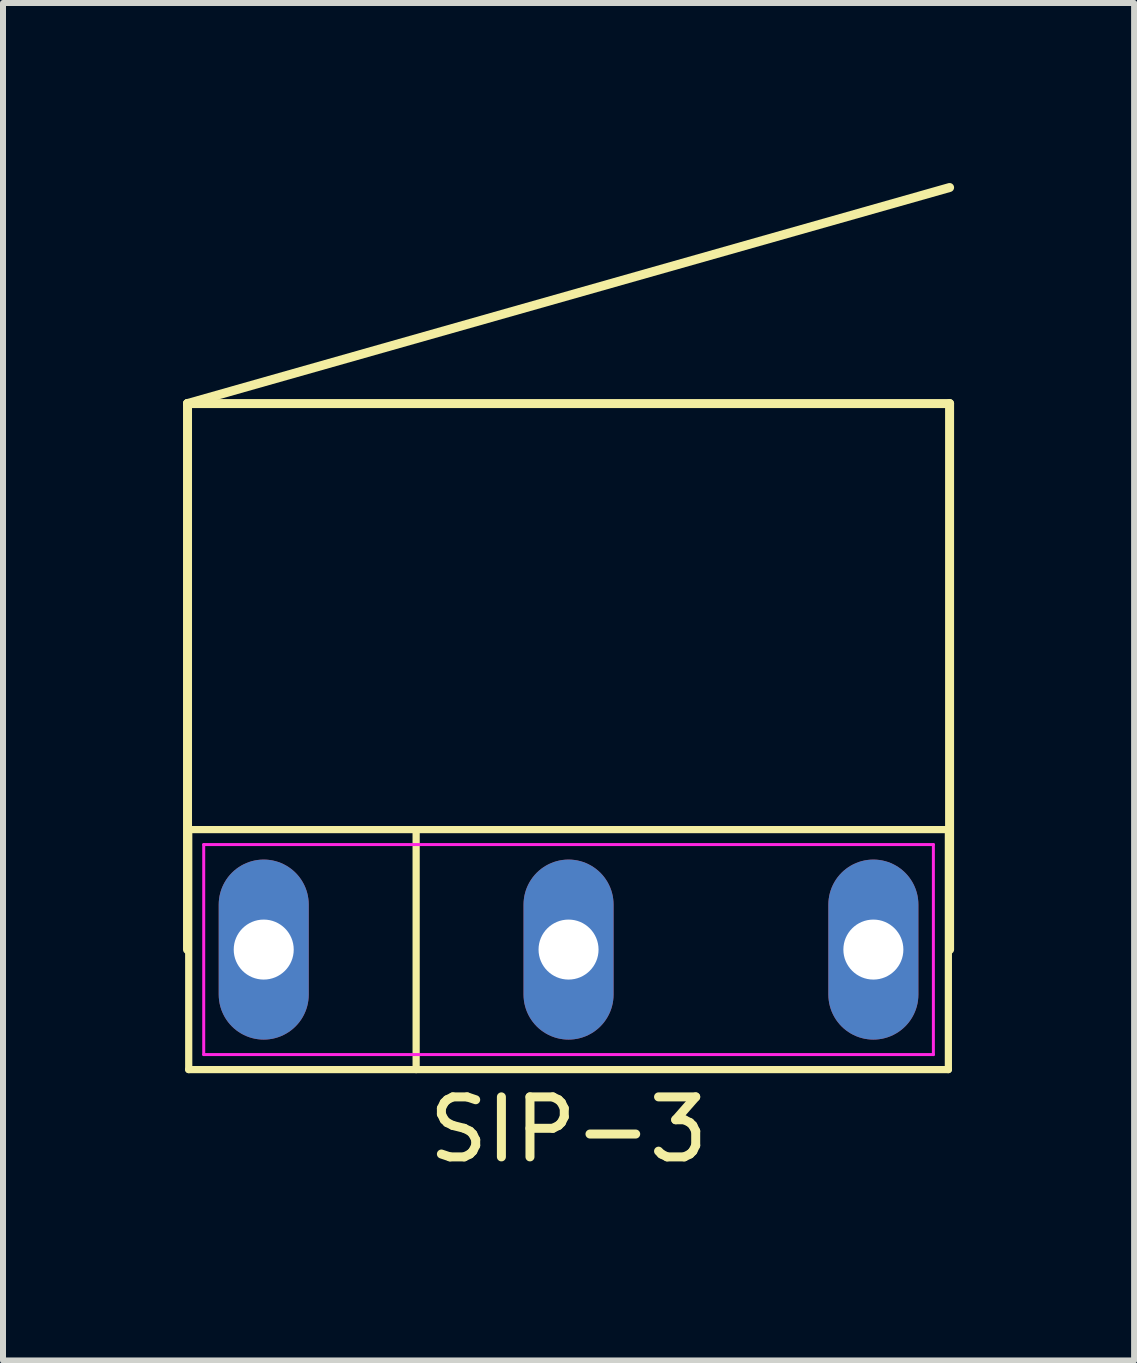
<source format=kicad_pcb>
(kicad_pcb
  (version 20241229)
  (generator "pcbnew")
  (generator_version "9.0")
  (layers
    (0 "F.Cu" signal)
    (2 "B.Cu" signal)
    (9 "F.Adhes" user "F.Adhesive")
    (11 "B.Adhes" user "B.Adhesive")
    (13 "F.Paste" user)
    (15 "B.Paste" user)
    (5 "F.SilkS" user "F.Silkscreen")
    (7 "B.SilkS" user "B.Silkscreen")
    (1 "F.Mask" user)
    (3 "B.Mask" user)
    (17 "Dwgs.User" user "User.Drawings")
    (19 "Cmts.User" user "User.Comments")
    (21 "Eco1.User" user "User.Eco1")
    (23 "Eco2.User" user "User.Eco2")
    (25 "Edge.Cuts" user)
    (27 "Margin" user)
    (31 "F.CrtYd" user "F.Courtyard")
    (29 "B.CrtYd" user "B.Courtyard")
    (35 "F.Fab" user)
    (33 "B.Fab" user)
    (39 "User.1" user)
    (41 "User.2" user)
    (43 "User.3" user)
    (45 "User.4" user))
  (footprint "SIP-3"
    (layer "F.Cu")
    (at 6.425 12.775)
    (property "Reference" "SIP-3" (at 0 3 0) (layer "F.SilkS") (effects (font (size 1 1) (thickness 0.15))))
    (attr through_hole)
    (fp_line (start -6.35 -9.1) (end 6.35 -12.7) (stroke (width 0.15) (type solid)) (layer "F.SilkS"))
    (fp_line (start -6.35 0) (end -6.35 -9.1) (stroke (width 0.15) (type solid)) (layer "F.SilkS"))
    (fp_line (start -6.33 -2) (end 6.33 -2) (stroke (width 0.12) (type solid)) (layer "F.SilkS"))
    (fp_line (start -6.33 2) (end -6.33 -2) (stroke (width 0.12) (type solid)) (layer "F.SilkS"))
    (fp_line (start -2.54 -2) (end -2.54 2) (stroke (width 0.12) (type solid)) (layer "F.SilkS"))
    (fp_line (start 6.33 -2) (end 6.33 2) (stroke (width 0.12) (type solid)) (layer "F.SilkS"))
    (fp_line (start 6.33 2) (end -6.33 2) (stroke (width 0.12) (type solid)) (layer "F.SilkS"))
    (fp_line (start 6.35 -9.1) (end -6.35 -9.1) (stroke (width 0.15) (type solid)) (layer "F.SilkS"))
    (fp_line (start 6.35 0) (end 6.35 -9.1) (stroke (width 0.15) (type solid)) (layer "F.SilkS"))
    (fp_line (start -6.08 -1.75) (end 6.08 -1.75) (stroke (width 0.05) (type solid)) (layer "F.CrtYd"))
    (fp_line (start -6.08 1.75) (end -6.08 -1.75) (stroke (width 0.05) (type solid)) (layer "F.CrtYd"))
    (fp_line (start 6.08 -1.75) (end 6.08 1.75) (stroke (width 0.05) (type solid)) (layer "F.CrtYd"))
    (fp_line (start 6.08 1.75) (end -6.08 1.75) (stroke (width 0.05) (type solid)) (layer "F.CrtYd"))
    (pad "1" thru_hole oval (at -5.08 0) (size 1.5 3) (drill 1) (layers "*.Cu" "*.Mask"))
    (pad "2" thru_hole oval (at 0 0) (size 1.5 3) (drill 1) (layers "*.Cu" "*.Mask"))
    (pad "3" thru_hole oval (at 5.08 0) (size 1.5 3) (drill 1) (layers "*.Cu" "*.Mask")))
  (gr_rect
    (start -3 -3)
    (end 15.85 19.623)
    (stroke (width 0.1) (type default))
    (fill no)
    (layer "Edge.Cuts")))
</source>
